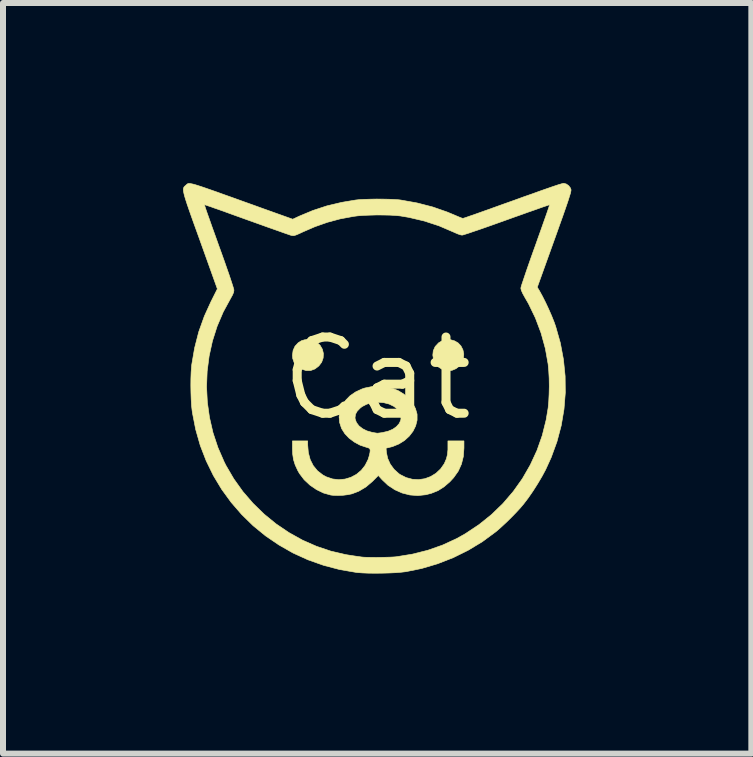
<source format=kicad_pcb>
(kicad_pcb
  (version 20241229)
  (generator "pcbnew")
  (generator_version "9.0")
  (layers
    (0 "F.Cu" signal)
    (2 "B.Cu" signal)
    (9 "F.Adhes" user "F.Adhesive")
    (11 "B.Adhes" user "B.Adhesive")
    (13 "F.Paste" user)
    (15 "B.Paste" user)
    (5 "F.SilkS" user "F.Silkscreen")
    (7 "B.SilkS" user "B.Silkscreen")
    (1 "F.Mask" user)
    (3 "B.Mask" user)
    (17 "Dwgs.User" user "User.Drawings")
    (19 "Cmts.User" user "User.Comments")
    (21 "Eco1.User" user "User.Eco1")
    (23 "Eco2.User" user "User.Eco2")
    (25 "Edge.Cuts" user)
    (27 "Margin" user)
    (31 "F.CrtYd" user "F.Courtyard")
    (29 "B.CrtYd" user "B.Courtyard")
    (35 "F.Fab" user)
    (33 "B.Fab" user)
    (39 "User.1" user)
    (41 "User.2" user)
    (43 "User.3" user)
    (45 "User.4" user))
  (footprint "Cat"
    (layer "F.Cu")
    (at 3.233 3.256)
    (property "Reference" "Cat" (at 0 0 0) (layer "F.SilkS") (effects (font (size 1.27 1.27) (thickness 0.15))))
    (attr through_hole)
    (fp_poly (pts (xy -1.069 -0.634) (xy -1.012 -0.609) (xy -1.007 -0.606) (xy -0.949 -0.552) (xy -0.911 -0.486) (xy -0.894 -0.415) (xy -0.898 -0.341) (xy -0.923 -0.27) (xy -0.97 -0.208) (xy -1.035 -0.158) (xy -1.106 -0.132) (xy -1.181 -0.131) (xy -1.261 -0.156) (xy -1.267 -0.158) (xy -1.334 -0.202) (xy -1.38 -0.26) (xy -1.405 -0.332) (xy -1.41 -0.384) (xy -1.399 -0.467) (xy -1.367 -0.537) (xy -1.314 -0.594) (xy -1.258 -0.629) (xy -1.202 -0.645) (xy -1.136 -0.647) (xy -1.069 -0.634)) (stroke (width 0.01) (type solid)) (fill yes) (layer "F.SilkS"))
    (fp_poly (pts (xy 1.225 -0.645) (xy 1.291 -0.626) (xy 1.35 -0.592) (xy 1.398 -0.541) (xy 1.431 -0.477) (xy 1.445 -0.408) (xy 1.44 -0.331) (xy 1.413 -0.262) (xy 1.371 -0.205) (xy 1.314 -0.162) (xy 1.249 -0.135) (xy 1.178 -0.128) (xy 1.104 -0.143) (xy 1.086 -0.151) (xy 1.02 -0.193) (xy 0.972 -0.25) (xy 0.941 -0.317) (xy 0.929 -0.389) (xy 0.937 -0.461) (xy 0.968 -0.53) (xy 0.973 -0.536) (xy 1.026 -0.593) (xy 1.089 -0.63) (xy 1.156 -0.647) (xy 1.225 -0.645)) (stroke (width 0.01) (type solid)) (fill yes) (layer "F.SilkS"))
    (fp_poly (pts (xy 0.166 0.145) (xy 0.285 0.176) (xy 0.353 0.204) (xy 0.446 0.261) (xy 0.527 0.332) (xy 0.593 0.414) (xy 0.64 0.502) (xy 0.666 0.592) (xy 0.667 0.602) (xy 0.667 0.697) (xy 0.643 0.791) (xy 0.599 0.88) (xy 0.536 0.962) (xy 0.457 1.034) (xy 0.364 1.092) (xy 0.259 1.135) (xy 0.216 1.146) (xy 0.15 1.162) (xy 0.156 1.234) (xy 0.177 1.333) (xy 0.22 1.428) (xy 0.283 1.514) (xy 0.361 1.585) (xy 0.383 1.601) (xy 0.484 1.652) (xy 0.588 1.68) (xy 0.693 1.686) (xy 0.796 1.671) (xy 0.893 1.635) (xy 0.981 1.581) (xy 1.058 1.509) (xy 1.12 1.421) (xy 1.156 1.338) (xy 1.173 1.269) (xy 1.181 1.187) (xy 1.181 1.154) (xy 1.181 1.041) (xy 1.448 1.041) (xy 1.448 1.159) (xy 1.438 1.3) (xy 1.406 1.428) (xy 1.353 1.545) (xy 1.276 1.654) (xy 1.214 1.721) (xy 1.116 1.806) (xy 1.015 1.87) (xy 0.905 1.914) (xy 0.813 1.938) (xy 0.68 1.952) (xy 0.547 1.942) (xy 0.417 1.909) (xy 0.294 1.854) (xy 0.181 1.779) (xy 0.087 1.69) (xy 0.021 1.617) (xy -0.075 1.714) (xy -0.185 1.808) (xy -0.304 1.879) (xy -0.419 1.923) (xy -0.486 1.937) (xy -0.566 1.947) (xy -0.651 1.95) (xy -0.729 1.948) (xy -0.772 1.943) (xy -0.893 1.909) (xy -1.01 1.852) (xy -1.119 1.777) (xy -1.215 1.687) (xy -1.293 1.584) (xy -1.32 1.537) (xy -1.364 1.442) (xy -1.392 1.353) (xy -1.406 1.26) (xy -1.41 1.166) (xy -1.41 1.041) (xy -1.156 1.041) (xy -1.156 1.108) (xy -1.145 1.237) (xy -1.114 1.353) (xy -1.063 1.454) (xy -0.992 1.54) (xy -0.903 1.609) (xy -0.845 1.64) (xy -0.742 1.675) (xy -0.637 1.687) (xy -0.533 1.677) (xy -0.434 1.647) (xy -0.343 1.598) (xy -0.263 1.531) (xy -0.198 1.448) (xy -0.149 1.351) (xy -0.134 1.302) (xy -0.119 1.242) (xy -0.114 1.202) (xy -0.119 1.176) (xy -0.135 1.161) (xy -0.165 1.15) (xy -0.181 1.146) (xy -0.283 1.112) (xy -0.379 1.06) (xy -0.466 0.995) (xy -0.537 0.92) (xy -0.589 0.838) (xy -0.592 0.832) (xy -0.624 0.734) (xy -0.631 0.652) (xy -0.367 0.652) (xy -0.365 0.675) (xy -0.344 0.734) (xy -0.303 0.789) (xy -0.243 0.837) (xy -0.169 0.874) (xy -0.084 0.898) (xy -0.074 0.9) (xy -0.035 0.907) (xy -0.008 0.911) (xy 0 0.913) (xy 0.015 0.912) (xy 0.048 0.908) (xy 0.092 0.902) (xy 0.093 0.901) (xy 0.184 0.88) (xy 0.262 0.847) (xy 0.324 0.803) (xy 0.369 0.752) (xy 0.395 0.696) (xy 0.402 0.637) (xy 0.386 0.577) (xy 0.349 0.522) (xy 0.283 0.467) (xy 0.202 0.427) (xy 0.111 0.404) (xy 0.015 0.396) (xy -0.081 0.404) (xy -0.171 0.429) (xy -0.251 0.47) (xy -0.282 0.495) (xy -0.332 0.547) (xy -0.359 0.597) (xy -0.367 0.652) (xy -0.631 0.652) (xy -0.632 0.637) (xy -0.617 0.541) (xy -0.581 0.45) (xy -0.525 0.366) (xy -0.451 0.29) (xy -0.359 0.226) (xy -0.252 0.176) (xy -0.204 0.16) (xy -0.086 0.136) (xy 0.04 0.132) (xy 0.166 0.145)) (stroke (width 0.01) (type solid)) (fill yes) (layer "F.SilkS"))
    (fp_poly (pts (xy 3.153 -3.24) (xy 3.193 -3.212) (xy 3.222 -3.174) (xy 3.232 -3.146) (xy 3.232 -3.133) (xy 3.228 -3.111) (xy 3.22 -3.078) (xy 3.206 -3.033) (xy 3.188 -2.975) (xy 3.163 -2.901) (xy 3.132 -2.811) (xy 3.094 -2.702) (xy 3.048 -2.574) (xy 2.995 -2.424) (xy 2.955 -2.313) (xy 2.67 -1.52) (xy 2.709 -1.455) (xy 2.756 -1.369) (xy 2.808 -1.266) (xy 2.86 -1.155) (xy 2.909 -1.043) (xy 2.951 -0.938) (xy 2.976 -0.867) (xy 3.054 -0.592) (xy 3.106 -0.315) (xy 3.134 -0.038) (xy 3.137 0.238) (xy 3.115 0.513) (xy 3.069 0.785) (xy 2.998 1.053) (xy 2.902 1.316) (xy 2.81 1.518) (xy 2.75 1.63) (xy 2.678 1.752) (xy 2.599 1.876) (xy 2.519 1.992) (xy 2.445 2.089) (xy 2.389 2.156) (xy 2.318 2.233) (xy 2.238 2.315) (xy 2.155 2.397) (xy 2.073 2.473) (xy 2 2.538) (xy 1.975 2.558) (xy 1.754 2.721) (xy 1.517 2.864) (xy 1.268 2.987) (xy 1.009 3.088) (xy 0.743 3.167) (xy 0.482 3.22) (xy 0.405 3.229) (xy 0.309 3.237) (xy 0.201 3.242) (xy 0.085 3.245) (xy -0.031 3.246) (xy -0.143 3.245) (xy -0.242 3.241) (xy -0.324 3.235) (xy -0.343 3.233) (xy -0.622 3.185) (xy -0.892 3.114) (xy -1.152 3.022) (xy -1.4 2.909) (xy -1.635 2.775) (xy -1.857 2.624) (xy -2.065 2.454) (xy -2.256 2.267) (xy -2.431 2.065) (xy -2.589 1.848) (xy -2.728 1.617) (xy -2.847 1.373) (xy -2.946 1.117) (xy -3.022 0.851) (xy -3.076 0.575) (xy -3.081 0.54) (xy -3.091 0.454) (xy -3.097 0.351) (xy -3.101 0.237) (xy -3.103 0.118) (xy -3.102 0.002) (xy -3.098 -0.106) (xy -3.091 -0.197) (xy -3.088 -0.229) (xy -3.04 -0.508) (xy -2.971 -0.777) (xy -2.878 -1.037) (xy -2.769 -1.276) (xy -2.661 -1.492) (xy -2.95 -2.299) (xy -3.009 -2.463) (xy -3.06 -2.604) (xy -3.103 -2.725) (xy -3.139 -2.828) (xy -3.161 -2.893) (xy -2.877 -2.893) (xy -2.873 -2.881) (xy -2.862 -2.847) (xy -2.844 -2.793) (xy -2.819 -2.722) (xy -2.788 -2.635) (xy -2.753 -2.535) (xy -2.713 -2.424) (xy -2.67 -2.304) (xy -2.634 -2.203) (xy -2.588 -2.076) (xy -2.545 -1.955) (xy -2.506 -1.843) (xy -2.47 -1.741) (xy -2.44 -1.651) (xy -2.416 -1.578) (xy -2.398 -1.521) (xy -2.388 -1.485) (xy -2.385 -1.472) (xy -2.39 -1.436) (xy -2.408 -1.392) (xy -2.44 -1.334) (xy -2.441 -1.332) (xy -2.564 -1.106) (xy -2.665 -0.869) (xy -2.743 -0.624) (xy -2.798 -0.374) (xy -2.831 -0.119) (xy -2.841 0.139) (xy -2.828 0.396) (xy -2.792 0.652) (xy -2.734 0.904) (xy -2.652 1.151) (xy -2.548 1.39) (xy -2.519 1.448) (xy -2.387 1.674) (xy -2.236 1.885) (xy -2.066 2.082) (xy -1.881 2.262) (xy -1.681 2.425) (xy -1.468 2.569) (xy -1.244 2.694) (xy -1.01 2.797) (xy -0.769 2.878) (xy -0.521 2.936) (xy -0.419 2.952) (xy -0.36 2.961) (xy -0.308 2.968) (xy -0.269 2.974) (xy -0.254 2.976) (xy -0.219 2.979) (xy -0.164 2.981) (xy -0.095 2.982) (xy -0.017 2.983) (xy 0.065 2.982) (xy 0.146 2.98) (xy 0.219 2.978) (xy 0.279 2.975) (xy 0.318 2.972) (xy 0.589 2.928) (xy 0.847 2.863) (xy 1.094 2.776) (xy 1.33 2.667) (xy 1.472 2.587) (xy 1.699 2.436) (xy 1.908 2.268) (xy 2.099 2.083) (xy 2.271 1.882) (xy 2.423 1.668) (xy 2.554 1.44) (xy 2.665 1.2) (xy 2.753 0.95) (xy 2.818 0.69) (xy 2.851 0.491) (xy 2.861 0.384) (xy 2.867 0.261) (xy 2.87 0.13) (xy 2.868 -0.002) (xy 2.861 -0.126) (xy 2.851 -0.233) (xy 2.851 -0.237) (xy 2.804 -0.5) (xy 2.733 -0.757) (xy 2.639 -1.007) (xy 2.523 -1.247) (xy 2.468 -1.342) (xy 2.428 -1.414) (xy 2.404 -1.468) (xy 2.396 -1.503) (xy 2.396 -1.504) (xy 2.4 -1.523) (xy 2.412 -1.564) (xy 2.432 -1.623) (xy 2.458 -1.7) (xy 2.489 -1.792) (xy 2.525 -1.896) (xy 2.565 -2.01) (xy 2.608 -2.131) (xy 2.639 -2.216) (xy 2.683 -2.341) (xy 2.725 -2.458) (xy 2.763 -2.566) (xy 2.797 -2.662) (xy 2.826 -2.744) (xy 2.849 -2.811) (xy 2.865 -2.859) (xy 2.874 -2.887) (xy 2.876 -2.894) (xy 2.864 -2.891) (xy 2.829 -2.879) (xy 2.775 -2.861) (xy 2.704 -2.836) (xy 2.617 -2.805) (xy 2.516 -2.77) (xy 2.405 -2.73) (xy 2.283 -2.687) (xy 2.161 -2.643) (xy 2.032 -2.597) (xy 1.909 -2.553) (xy 1.795 -2.513) (xy 1.692 -2.477) (xy 1.602 -2.447) (xy 1.527 -2.421) (xy 1.47 -2.403) (xy 1.432 -2.391) (xy 1.416 -2.388) (xy 1.39 -2.393) (xy 1.348 -2.407) (xy 1.299 -2.428) (xy 1.279 -2.437) (xy 1.032 -2.543) (xy 0.784 -2.624) (xy 0.529 -2.684) (xy 0.387 -2.708) (xy 0.312 -2.715) (xy 0.218 -2.721) (xy 0.111 -2.723) (xy -0.003 -2.724) (xy -0.116 -2.721) (xy -0.223 -2.717) (xy -0.317 -2.71) (xy -0.388 -2.701) (xy -0.614 -2.659) (xy -0.826 -2.602) (xy -1.034 -2.529) (xy -1.235 -2.442) (xy -1.297 -2.413) (xy -1.341 -2.394) (xy -1.372 -2.383) (xy -1.396 -2.379) (xy -1.416 -2.381) (xy -1.431 -2.384) (xy -1.453 -2.391) (xy -1.496 -2.406) (xy -1.557 -2.427) (xy -1.635 -2.455) (xy -1.726 -2.487) (xy -1.828 -2.523) (xy -1.939 -2.563) (xy -2.051 -2.603) (xy -2.213 -2.661) (xy -2.352 -2.711) (xy -2.471 -2.754) (xy -2.57 -2.79) (xy -2.652 -2.819) (xy -2.719 -2.842) (xy -2.771 -2.861) (xy -2.811 -2.874) (xy -2.839 -2.884) (xy -2.859 -2.89) (xy -2.87 -2.893) (xy -2.876 -2.893) (xy -2.877 -2.893) (xy -3.161 -2.893) (xy -3.168 -2.913) (xy -3.191 -2.984) (xy -3.208 -3.041) (xy -3.219 -3.086) (xy -3.226 -3.121) (xy -3.228 -3.148) (xy -3.226 -3.168) (xy -3.22 -3.183) (xy -3.212 -3.196) (xy -3.2 -3.207) (xy -3.186 -3.219) (xy -3.186 -3.219) (xy -3.177 -3.227) (xy -3.169 -3.235) (xy -3.161 -3.241) (xy -3.151 -3.246) (xy -3.139 -3.249) (xy -3.122 -3.249) (xy -3.1 -3.245) (xy -3.07 -3.239) (xy -3.032 -3.229) (xy -2.984 -3.214) (xy -2.925 -3.195) (xy -2.852 -3.17) (xy -2.766 -3.14) (xy -2.663 -3.104) (xy -2.544 -3.061) (xy -2.406 -3.012) (xy -2.248 -2.955) (xy -2.069 -2.891) (xy -1.906 -2.832) (xy -1.405 -2.653) (xy -1.296 -2.704) (xy -1.071 -2.798) (xy -0.837 -2.875) (xy -0.589 -2.934) (xy -0.356 -2.973) (xy -0.291 -2.98) (xy -0.208 -2.984) (xy -0.112 -2.987) (xy -0.008 -2.989) (xy 0.097 -2.988) (xy 0.197 -2.986) (xy 0.287 -2.982) (xy 0.361 -2.977) (xy 0.394 -2.973) (xy 0.668 -2.924) (xy 0.928 -2.857) (xy 1.171 -2.772) (xy 1.272 -2.73) (xy 1.328 -2.706) (xy 1.376 -2.686) (xy 1.412 -2.672) (xy 1.43 -2.667) (xy 1.43 -2.667) (xy 1.445 -2.671) (xy 1.482 -2.683) (xy 1.536 -2.702) (xy 1.607 -2.726) (xy 1.691 -2.756) (xy 1.786 -2.79) (xy 1.889 -2.826) (xy 1.926 -2.84) (xy 2.121 -2.91) (xy 2.293 -2.971) (xy 2.444 -3.026) (xy 2.576 -3.072) (xy 2.689 -3.113) (xy 2.785 -3.147) (xy 2.866 -3.175) (xy 2.932 -3.198) (xy 2.986 -3.216) (xy 3.028 -3.23) (xy 3.06 -3.239) (xy 3.084 -3.246) (xy 3.1 -3.25) (xy 3.111 -3.251) (xy 3.112 -3.251) (xy 3.153 -3.24)) (stroke (width 0.01) (type solid)) (fill yes) (layer "F.SilkS")))
  (gr_rect
    (start -3 -3)
    (end 9.47 9.508)
    (stroke (width 0.1) (type default))
    (fill no)
    (layer "Edge.Cuts")))
</source>
